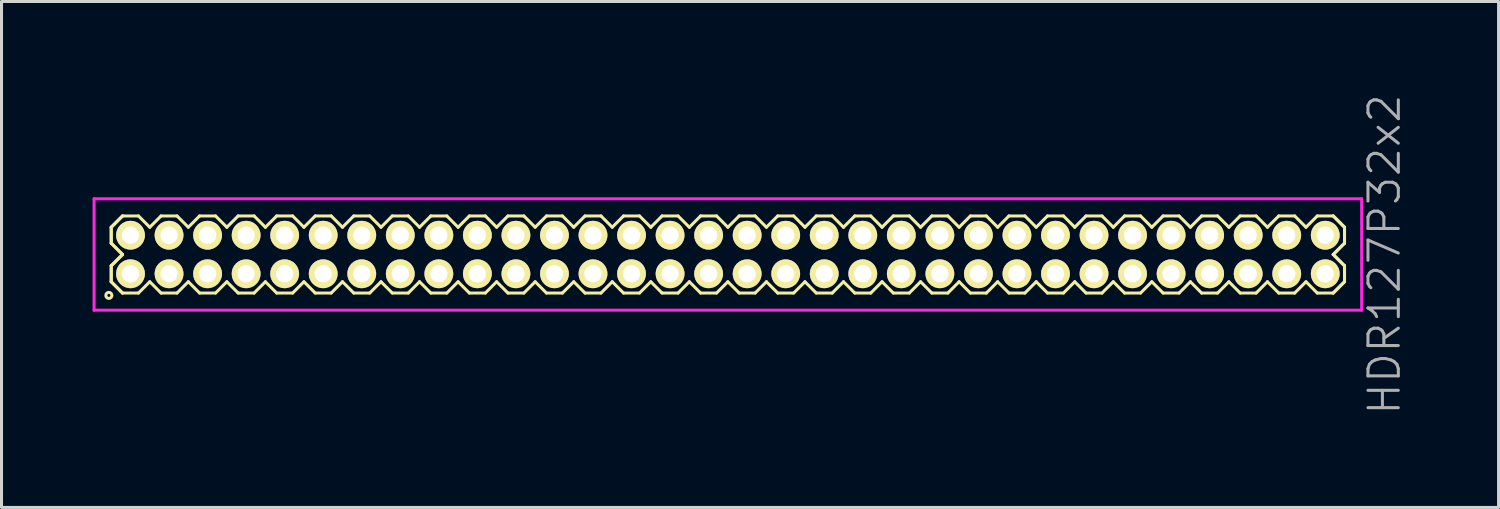
<source format=kicad_pcb>
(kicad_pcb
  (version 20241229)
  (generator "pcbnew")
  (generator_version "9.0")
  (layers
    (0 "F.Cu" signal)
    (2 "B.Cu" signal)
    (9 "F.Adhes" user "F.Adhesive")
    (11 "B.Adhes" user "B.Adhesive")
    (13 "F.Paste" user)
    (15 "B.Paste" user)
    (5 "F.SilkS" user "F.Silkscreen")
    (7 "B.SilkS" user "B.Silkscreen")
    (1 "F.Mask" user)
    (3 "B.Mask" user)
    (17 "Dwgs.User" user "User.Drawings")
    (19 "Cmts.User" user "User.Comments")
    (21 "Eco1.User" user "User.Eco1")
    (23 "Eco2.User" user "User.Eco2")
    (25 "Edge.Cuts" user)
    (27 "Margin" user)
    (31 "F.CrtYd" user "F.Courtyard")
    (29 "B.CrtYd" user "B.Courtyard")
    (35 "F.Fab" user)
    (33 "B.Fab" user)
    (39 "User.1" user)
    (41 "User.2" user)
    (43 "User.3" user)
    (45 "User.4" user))
  (footprint "HDR127P32x2"
    (layer "F.Cu")
    (at 20.935 5.336)
    (property "Reference" "HDR127P32x2" (at 21.635 0 90) (layer "F.Fab") (effects (font (size 1 1) (thickness 0.1))))
    (attr through_hole)
    (fp_line (start -20.32 -0.898) (end -19.948 -1.27) (stroke (width 0.1) (type solid)) (layer "F.SilkS"))
    (fp_line (start -20.32 -0.898) (end -19.948 -1.27) (stroke (width 0.1) (type solid)) (layer "F.SilkS"))
    (fp_line (start -20.32 -0.372) (end -20.32 -0.898) (stroke (width 0.1) (type solid)) (layer "F.SilkS"))
    (fp_line (start -20.32 -0.372) (end -20.32 -0.898) (stroke (width 0.1) (type solid)) (layer "F.SilkS"))
    (fp_line (start -20.32 0.372) (end -19.948 0) (stroke (width 0.1) (type solid)) (layer "F.SilkS"))
    (fp_line (start -20.32 0.372) (end -19.948 0) (stroke (width 0.1) (type solid)) (layer "F.SilkS"))
    (fp_line (start -20.32 0.898) (end -20.32 0.372) (stroke (width 0.1) (type solid)) (layer "F.SilkS"))
    (fp_line (start -20.32 0.898) (end -20.32 0.372) (stroke (width 0.1) (type solid)) (layer "F.SilkS"))
    (fp_line (start -19.948 -1.27) (end -19.422 -1.27) (stroke (width 0.1) (type solid)) (layer "F.SilkS"))
    (fp_line (start -19.948 0) (end -20.32 -0.372) (stroke (width 0.1) (type solid)) (layer "F.SilkS"))
    (fp_line (start -19.948 0) (end -20.32 -0.372) (stroke (width 0.1) (type solid)) (layer "F.SilkS"))
    (fp_line (start -19.948 1.27) (end -20.32 0.898) (stroke (width 0.1) (type solid)) (layer "F.SilkS"))
    (fp_line (start -19.948 1.27) (end -20.32 0.898) (stroke (width 0.1) (type solid)) (layer "F.SilkS"))
    (fp_line (start -19.422 -1.27) (end -19.05 -0.898) (stroke (width 0.1) (type solid)) (layer "F.SilkS"))
    (fp_line (start -19.422 1.27) (end -19.948 1.27) (stroke (width 0.1) (type solid)) (layer "F.SilkS"))
    (fp_line (start -19.05 -0.898) (end -18.678 -1.27) (stroke (width 0.1) (type solid)) (layer "F.SilkS"))
    (fp_line (start -19.05 0.898) (end -19.422 1.27) (stroke (width 0.1) (type solid)) (layer "F.SilkS"))
    (fp_line (start -18.678 -1.27) (end -18.152 -1.27) (stroke (width 0.1) (type solid)) (layer "F.SilkS"))
    (fp_line (start -18.678 1.27) (end -19.05 0.898) (stroke (width 0.1) (type solid)) (layer "F.SilkS"))
    (fp_line (start -18.152 -1.27) (end -17.78 -0.898) (stroke (width 0.1) (type solid)) (layer "F.SilkS"))
    (fp_line (start -18.152 1.27) (end -18.678 1.27) (stroke (width 0.1) (type solid)) (layer "F.SilkS"))
    (fp_line (start -17.78 -0.898) (end -17.408 -1.27) (stroke (width 0.1) (type solid)) (layer "F.SilkS"))
    (fp_line (start -17.78 0.898) (end -18.152 1.27) (stroke (width 0.1) (type solid)) (layer "F.SilkS"))
    (fp_line (start -17.408 -1.27) (end -16.882 -1.27) (stroke (width 0.1) (type solid)) (layer "F.SilkS"))
    (fp_line (start -17.408 1.27) (end -17.78 0.898) (stroke (width 0.1) (type solid)) (layer "F.SilkS"))
    (fp_line (start -16.882 -1.27) (end -16.51 -0.898) (stroke (width 0.1) (type solid)) (layer "F.SilkS"))
    (fp_line (start -16.882 1.27) (end -17.408 1.27) (stroke (width 0.1) (type solid)) (layer "F.SilkS"))
    (fp_line (start -16.51 -0.898) (end -16.138 -1.27) (stroke (width 0.1) (type solid)) (layer "F.SilkS"))
    (fp_line (start -16.51 0.898) (end -16.882 1.27) (stroke (width 0.1) (type solid)) (layer "F.SilkS"))
    (fp_line (start -16.138 -1.27) (end -15.612 -1.27) (stroke (width 0.1) (type solid)) (layer "F.SilkS"))
    (fp_line (start -16.138 1.27) (end -16.51 0.898) (stroke (width 0.1) (type solid)) (layer "F.SilkS"))
    (fp_line (start -15.612 -1.27) (end -15.24 -0.898) (stroke (width 0.1) (type solid)) (layer "F.SilkS"))
    (fp_line (start -15.612 1.27) (end -16.138 1.27) (stroke (width 0.1) (type solid)) (layer "F.SilkS"))
    (fp_line (start -15.24 -0.898) (end -14.868 -1.27) (stroke (width 0.1) (type solid)) (layer "F.SilkS"))
    (fp_line (start -15.24 0.898) (end -15.612 1.27) (stroke (width 0.1) (type solid)) (layer "F.SilkS"))
    (fp_line (start -14.868 -1.27) (end -14.342 -1.27) (stroke (width 0.1) (type solid)) (layer "F.SilkS"))
    (fp_line (start -14.868 1.27) (end -15.24 0.898) (stroke (width 0.1) (type solid)) (layer "F.SilkS"))
    (fp_line (start -14.342 -1.27) (end -13.97 -0.898) (stroke (width 0.1) (type solid)) (layer "F.SilkS"))
    (fp_line (start -14.342 1.27) (end -14.868 1.27) (stroke (width 0.1) (type solid)) (layer "F.SilkS"))
    (fp_line (start -13.97 -0.898) (end -13.598 -1.27) (stroke (width 0.1) (type solid)) (layer "F.SilkS"))
    (fp_line (start -13.97 0.898) (end -14.342 1.27) (stroke (width 0.1) (type solid)) (layer "F.SilkS"))
    (fp_line (start -13.598 -1.27) (end -13.072 -1.27) (stroke (width 0.1) (type solid)) (layer "F.SilkS"))
    (fp_line (start -13.598 1.27) (end -13.97 0.898) (stroke (width 0.1) (type solid)) (layer "F.SilkS"))
    (fp_line (start -13.072 -1.27) (end -12.7 -0.898) (stroke (width 0.1) (type solid)) (layer "F.SilkS"))
    (fp_line (start -13.072 1.27) (end -13.598 1.27) (stroke (width 0.1) (type solid)) (layer "F.SilkS"))
    (fp_line (start -12.7 -0.898) (end -12.328 -1.27) (stroke (width 0.1) (type solid)) (layer "F.SilkS"))
    (fp_line (start -12.7 0.898) (end -13.072 1.27) (stroke (width 0.1) (type solid)) (layer "F.SilkS"))
    (fp_line (start -12.328 -1.27) (end -11.802 -1.27) (stroke (width 0.1) (type solid)) (layer "F.SilkS"))
    (fp_line (start -12.328 1.27) (end -12.7 0.898) (stroke (width 0.1) (type solid)) (layer "F.SilkS"))
    (fp_line (start -11.802 -1.27) (end -11.43 -0.898) (stroke (width 0.1) (type solid)) (layer "F.SilkS"))
    (fp_line (start -11.802 1.27) (end -12.328 1.27) (stroke (width 0.1) (type solid)) (layer "F.SilkS"))
    (fp_line (start -11.43 -0.898) (end -11.058 -1.27) (stroke (width 0.1) (type solid)) (layer "F.SilkS"))
    (fp_line (start -11.43 0.898) (end -11.802 1.27) (stroke (width 0.1) (type solid)) (layer "F.SilkS"))
    (fp_line (start -11.058 -1.27) (end -10.532 -1.27) (stroke (width 0.1) (type solid)) (layer "F.SilkS"))
    (fp_line (start -11.058 1.27) (end -11.43 0.898) (stroke (width 0.1) (type solid)) (layer "F.SilkS"))
    (fp_line (start -10.532 -1.27) (end -10.16 -0.898) (stroke (width 0.1) (type solid)) (layer "F.SilkS"))
    (fp_line (start -10.532 1.27) (end -11.058 1.27) (stroke (width 0.1) (type solid)) (layer "F.SilkS"))
    (fp_line (start -10.16 -0.898) (end -9.788 -1.27) (stroke (width 0.1) (type solid)) (layer "F.SilkS"))
    (fp_line (start -10.16 0.898) (end -10.532 1.27) (stroke (width 0.1) (type solid)) (layer "F.SilkS"))
    (fp_line (start -9.788 -1.27) (end -9.262 -1.27) (stroke (width 0.1) (type solid)) (layer "F.SilkS"))
    (fp_line (start -9.788 1.27) (end -10.16 0.898) (stroke (width 0.1) (type solid)) (layer "F.SilkS"))
    (fp_line (start -9.262 -1.27) (end -8.89 -0.898) (stroke (width 0.1) (type solid)) (layer "F.SilkS"))
    (fp_line (start -9.262 1.27) (end -9.788 1.27) (stroke (width 0.1) (type solid)) (layer "F.SilkS"))
    (fp_line (start -8.89 -0.898) (end -8.518 -1.27) (stroke (width 0.1) (type solid)) (layer "F.SilkS"))
    (fp_line (start -8.89 0.898) (end -9.262 1.27) (stroke (width 0.1) (type solid)) (layer "F.SilkS"))
    (fp_line (start -8.518 -1.27) (end -7.992 -1.27) (stroke (width 0.1) (type solid)) (layer "F.SilkS"))
    (fp_line (start -8.518 1.27) (end -8.89 0.898) (stroke (width 0.1) (type solid)) (layer "F.SilkS"))
    (fp_line (start -7.992 -1.27) (end -7.62 -0.898) (stroke (width 0.1) (type solid)) (layer "F.SilkS"))
    (fp_line (start -7.992 1.27) (end -8.518 1.27) (stroke (width 0.1) (type solid)) (layer "F.SilkS"))
    (fp_line (start -7.62 -0.898) (end -7.248 -1.27) (stroke (width 0.1) (type solid)) (layer "F.SilkS"))
    (fp_line (start -7.62 0.898) (end -7.992 1.27) (stroke (width 0.1) (type solid)) (layer "F.SilkS"))
    (fp_line (start -7.248 -1.27) (end -6.722 -1.27) (stroke (width 0.1) (type solid)) (layer "F.SilkS"))
    (fp_line (start -7.248 1.27) (end -7.62 0.898) (stroke (width 0.1) (type solid)) (layer "F.SilkS"))
    (fp_line (start -6.722 -1.27) (end -6.35 -0.898) (stroke (width 0.1) (type solid)) (layer "F.SilkS"))
    (fp_line (start -6.722 1.27) (end -7.248 1.27) (stroke (width 0.1) (type solid)) (layer "F.SilkS"))
    (fp_line (start -6.35 -0.898) (end -5.978 -1.27) (stroke (width 0.1) (type solid)) (layer "F.SilkS"))
    (fp_line (start -6.35 0.898) (end -6.722 1.27) (stroke (width 0.1) (type solid)) (layer "F.SilkS"))
    (fp_line (start -5.978 -1.27) (end -5.452 -1.27) (stroke (width 0.1) (type solid)) (layer "F.SilkS"))
    (fp_line (start -5.978 1.27) (end -6.35 0.898) (stroke (width 0.1) (type solid)) (layer "F.SilkS"))
    (fp_line (start -5.452 -1.27) (end -5.08 -0.898) (stroke (width 0.1) (type solid)) (layer "F.SilkS"))
    (fp_line (start -5.452 1.27) (end -5.978 1.27) (stroke (width 0.1) (type solid)) (layer "F.SilkS"))
    (fp_line (start -5.08 -0.898) (end -4.708 -1.27) (stroke (width 0.1) (type solid)) (layer "F.SilkS"))
    (fp_line (start -5.08 0.898) (end -5.452 1.27) (stroke (width 0.1) (type solid)) (layer "F.SilkS"))
    (fp_line (start -4.708 -1.27) (end -4.182 -1.27) (stroke (width 0.1) (type solid)) (layer "F.SilkS"))
    (fp_line (start -4.708 1.27) (end -5.08 0.898) (stroke (width 0.1) (type solid)) (layer "F.SilkS"))
    (fp_line (start -4.182 -1.27) (end -3.81 -0.898) (stroke (width 0.1) (type solid)) (layer "F.SilkS"))
    (fp_line (start -4.182 1.27) (end -4.708 1.27) (stroke (width 0.1) (type solid)) (layer "F.SilkS"))
    (fp_line (start -3.81 -0.898) (end -3.438 -1.27) (stroke (width 0.1) (type solid)) (layer "F.SilkS"))
    (fp_line (start -3.81 0.898) (end -4.182 1.27) (stroke (width 0.1) (type solid)) (layer "F.SilkS"))
    (fp_line (start -3.438 -1.27) (end -2.912 -1.27) (stroke (width 0.1) (type solid)) (layer "F.SilkS"))
    (fp_line (start -3.438 1.27) (end -3.81 0.898) (stroke (width 0.1) (type solid)) (layer "F.SilkS"))
    (fp_line (start -2.912 -1.27) (end -2.54 -0.898) (stroke (width 0.1) (type solid)) (layer "F.SilkS"))
    (fp_line (start -2.912 1.27) (end -3.438 1.27) (stroke (width 0.1) (type solid)) (layer "F.SilkS"))
    (fp_line (start -2.54 -0.898) (end -2.168 -1.27) (stroke (width 0.1) (type solid)) (layer "F.SilkS"))
    (fp_line (start -2.54 0.898) (end -2.912 1.27) (stroke (width 0.1) (type solid)) (layer "F.SilkS"))
    (fp_line (start -2.168 -1.27) (end -1.642 -1.27) (stroke (width 0.1) (type solid)) (layer "F.SilkS"))
    (fp_line (start -2.168 1.27) (end -2.54 0.898) (stroke (width 0.1) (type solid)) (layer "F.SilkS"))
    (fp_line (start -1.642 -1.27) (end -1.27 -0.898) (stroke (width 0.1) (type solid)) (layer "F.SilkS"))
    (fp_line (start -1.642 1.27) (end -2.168 1.27) (stroke (width 0.1) (type solid)) (layer "F.SilkS"))
    (fp_line (start -1.27 -0.898) (end -0.898 -1.27) (stroke (width 0.1) (type solid)) (layer "F.SilkS"))
    (fp_line (start -1.27 0.898) (end -1.642 1.27) (stroke (width 0.1) (type solid)) (layer "F.SilkS"))
    (fp_line (start -0.898 -1.27) (end -0.372 -1.27) (stroke (width 0.1) (type solid)) (layer "F.SilkS"))
    (fp_line (start -0.898 1.27) (end -1.27 0.898) (stroke (width 0.1) (type solid)) (layer "F.SilkS"))
    (fp_line (start -0.372 -1.27) (end 0 -0.898) (stroke (width 0.1) (type solid)) (layer "F.SilkS"))
    (fp_line (start -0.372 1.27) (end -0.898 1.27) (stroke (width 0.1) (type solid)) (layer "F.SilkS"))
    (fp_line (start 0 -0.898) (end 0.372 -1.27) (stroke (width 0.1) (type solid)) (layer "F.SilkS"))
    (fp_line (start 0 0.898) (end -0.372 1.27) (stroke (width 0.1) (type solid)) (layer "F.SilkS"))
    (fp_line (start 0.372 -1.27) (end 0.898 -1.27) (stroke (width 0.1) (type solid)) (layer "F.SilkS"))
    (fp_line (start 0.372 1.27) (end 0 0.898) (stroke (width 0.1) (type solid)) (layer "F.SilkS"))
    (fp_line (start 0.898 -1.27) (end 1.27 -0.898) (stroke (width 0.1) (type solid)) (layer "F.SilkS"))
    (fp_line (start 0.898 1.27) (end 0.372 1.27) (stroke (width 0.1) (type solid)) (layer "F.SilkS"))
    (fp_line (start 1.27 -0.898) (end 1.642 -1.27) (stroke (width 0.1) (type solid)) (layer "F.SilkS"))
    (fp_line (start 1.27 0.898) (end 0.898 1.27) (stroke (width 0.1) (type solid)) (layer "F.SilkS"))
    (fp_line (start 1.642 -1.27) (end 2.168 -1.27) (stroke (width 0.1) (type solid)) (layer "F.SilkS"))
    (fp_line (start 1.642 1.27) (end 1.27 0.898) (stroke (width 0.1) (type solid)) (layer "F.SilkS"))
    (fp_line (start 2.168 -1.27) (end 2.54 -0.898) (stroke (width 0.1) (type solid)) (layer "F.SilkS"))
    (fp_line (start 2.168 1.27) (end 1.642 1.27) (stroke (width 0.1) (type solid)) (layer "F.SilkS"))
    (fp_line (start 2.54 -0.898) (end 2.912 -1.27) (stroke (width 0.1) (type solid)) (layer "F.SilkS"))
    (fp_line (start 2.54 0.898) (end 2.168 1.27) (stroke (width 0.1) (type solid)) (layer "F.SilkS"))
    (fp_line (start 2.912 -1.27) (end 3.438 -1.27) (stroke (width 0.1) (type solid)) (layer "F.SilkS"))
    (fp_line (start 2.912 1.27) (end 2.54 0.898) (stroke (width 0.1) (type solid)) (layer "F.SilkS"))
    (fp_line (start 3.438 -1.27) (end 3.81 -0.898) (stroke (width 0.1) (type solid)) (layer "F.SilkS"))
    (fp_line (start 3.438 1.27) (end 2.912 1.27) (stroke (width 0.1) (type solid)) (layer "F.SilkS"))
    (fp_line (start 3.81 -0.898) (end 4.182 -1.27) (stroke (width 0.1) (type solid)) (layer "F.SilkS"))
    (fp_line (start 3.81 0.898) (end 3.438 1.27) (stroke (width 0.1) (type solid)) (layer "F.SilkS"))
    (fp_line (start 4.182 -1.27) (end 4.708 -1.27) (stroke (width 0.1) (type solid)) (layer "F.SilkS"))
    (fp_line (start 4.182 1.27) (end 3.81 0.898) (stroke (width 0.1) (type solid)) (layer "F.SilkS"))
    (fp_line (start 4.708 -1.27) (end 5.08 -0.898) (stroke (width 0.1) (type solid)) (layer "F.SilkS"))
    (fp_line (start 4.708 1.27) (end 4.182 1.27) (stroke (width 0.1) (type solid)) (layer "F.SilkS"))
    (fp_line (start 5.08 -0.898) (end 5.452 -1.27) (stroke (width 0.1) (type solid)) (layer "F.SilkS"))
    (fp_line (start 5.08 0.898) (end 4.708 1.27) (stroke (width 0.1) (type solid)) (layer "F.SilkS"))
    (fp_line (start 5.452 -1.27) (end 5.978 -1.27) (stroke (width 0.1) (type solid)) (layer "F.SilkS"))
    (fp_line (start 5.452 1.27) (end 5.08 0.898) (stroke (width 0.1) (type solid)) (layer "F.SilkS"))
    (fp_line (start 5.978 -1.27) (end 6.35 -0.898) (stroke (width 0.1) (type solid)) (layer "F.SilkS"))
    (fp_line (start 5.978 1.27) (end 5.452 1.27) (stroke (width 0.1) (type solid)) (layer "F.SilkS"))
    (fp_line (start 6.35 -0.898) (end 6.722 -1.27) (stroke (width 0.1) (type solid)) (layer "F.SilkS"))
    (fp_line (start 6.35 0.898) (end 5.978 1.27) (stroke (width 0.1) (type solid)) (layer "F.SilkS"))
    (fp_line (start 6.722 -1.27) (end 7.248 -1.27) (stroke (width 0.1) (type solid)) (layer "F.SilkS"))
    (fp_line (start 6.722 1.27) (end 6.35 0.898) (stroke (width 0.1) (type solid)) (layer "F.SilkS"))
    (fp_line (start 7.248 -1.27) (end 7.62 -0.898) (stroke (width 0.1) (type solid)) (layer "F.SilkS"))
    (fp_line (start 7.248 1.27) (end 6.722 1.27) (stroke (width 0.1) (type solid)) (layer "F.SilkS"))
    (fp_line (start 7.62 -0.898) (end 7.992 -1.27) (stroke (width 0.1) (type solid)) (layer "F.SilkS"))
    (fp_line (start 7.62 0.898) (end 7.248 1.27) (stroke (width 0.1) (type solid)) (layer "F.SilkS"))
    (fp_line (start 7.992 -1.27) (end 8.518 -1.27) (stroke (width 0.1) (type solid)) (layer "F.SilkS"))
    (fp_line (start 7.992 1.27) (end 7.62 0.898) (stroke (width 0.1) (type solid)) (layer "F.SilkS"))
    (fp_line (start 8.518 -1.27) (end 8.89 -0.898) (stroke (width 0.1) (type solid)) (layer "F.SilkS"))
    (fp_line (start 8.518 1.27) (end 7.992 1.27) (stroke (width 0.1) (type solid)) (layer "F.SilkS"))
    (fp_line (start 8.89 -0.898) (end 9.262 -1.27) (stroke (width 0.1) (type solid)) (layer "F.SilkS"))
    (fp_line (start 8.89 0.898) (end 8.518 1.27) (stroke (width 0.1) (type solid)) (layer "F.SilkS"))
    (fp_line (start 9.262 -1.27) (end 9.788 -1.27) (stroke (width 0.1) (type solid)) (layer "F.SilkS"))
    (fp_line (start 9.262 1.27) (end 8.89 0.898) (stroke (width 0.1) (type solid)) (layer "F.SilkS"))
    (fp_line (start 9.788 -1.27) (end 10.16 -0.898) (stroke (width 0.1) (type solid)) (layer "F.SilkS"))
    (fp_line (start 9.788 1.27) (end 9.262 1.27) (stroke (width 0.1) (type solid)) (layer "F.SilkS"))
    (fp_line (start 10.16 -0.898) (end 10.532 -1.27) (stroke (width 0.1) (type solid)) (layer "F.SilkS"))
    (fp_line (start 10.16 0.898) (end 9.788 1.27) (stroke (width 0.1) (type solid)) (layer "F.SilkS"))
    (fp_line (start 10.532 -1.27) (end 11.058 -1.27) (stroke (width 0.1) (type solid)) (layer "F.SilkS"))
    (fp_line (start 10.532 1.27) (end 10.16 0.898) (stroke (width 0.1) (type solid)) (layer "F.SilkS"))
    (fp_line (start 11.058 -1.27) (end 11.43 -0.898) (stroke (width 0.1) (type solid)) (layer "F.SilkS"))
    (fp_line (start 11.058 1.27) (end 10.532 1.27) (stroke (width 0.1) (type solid)) (layer "F.SilkS"))
    (fp_line (start 11.43 -0.898) (end 11.802 -1.27) (stroke (width 0.1) (type solid)) (layer "F.SilkS"))
    (fp_line (start 11.43 0.898) (end 11.058 1.27) (stroke (width 0.1) (type solid)) (layer "F.SilkS"))
    (fp_line (start 11.802 -1.27) (end 12.328 -1.27) (stroke (width 0.1) (type solid)) (layer "F.SilkS"))
    (fp_line (start 11.802 1.27) (end 11.43 0.898) (stroke (width 0.1) (type solid)) (layer "F.SilkS"))
    (fp_line (start 12.328 -1.27) (end 12.7 -0.898) (stroke (width 0.1) (type solid)) (layer "F.SilkS"))
    (fp_line (start 12.328 1.27) (end 11.802 1.27) (stroke (width 0.1) (type solid)) (layer "F.SilkS"))
    (fp_line (start 12.7 -0.898) (end 13.072 -1.27) (stroke (width 0.1) (type solid)) (layer "F.SilkS"))
    (fp_line (start 12.7 0.898) (end 12.328 1.27) (stroke (width 0.1) (type solid)) (layer "F.SilkS"))
    (fp_line (start 13.072 -1.27) (end 13.598 -1.27) (stroke (width 0.1) (type solid)) (layer "F.SilkS"))
    (fp_line (start 13.072 1.27) (end 12.7 0.898) (stroke (width 0.1) (type solid)) (layer "F.SilkS"))
    (fp_line (start 13.598 -1.27) (end 13.97 -0.898) (stroke (width 0.1) (type solid)) (layer "F.SilkS"))
    (fp_line (start 13.598 1.27) (end 13.072 1.27) (stroke (width 0.1) (type solid)) (layer "F.SilkS"))
    (fp_line (start 13.97 -0.898) (end 14.342 -1.27) (stroke (width 0.1) (type solid)) (layer "F.SilkS"))
    (fp_line (start 13.97 0.898) (end 13.598 1.27) (stroke (width 0.1) (type solid)) (layer "F.SilkS"))
    (fp_line (start 14.342 -1.27) (end 14.868 -1.27) (stroke (width 0.1) (type solid)) (layer "F.SilkS"))
    (fp_line (start 14.342 1.27) (end 13.97 0.898) (stroke (width 0.1) (type solid)) (layer "F.SilkS"))
    (fp_line (start 14.868 -1.27) (end 15.24 -0.898) (stroke (width 0.1) (type solid)) (layer "F.SilkS"))
    (fp_line (start 14.868 1.27) (end 14.342 1.27) (stroke (width 0.1) (type solid)) (layer "F.SilkS"))
    (fp_line (start 15.24 -0.898) (end 15.612 -1.27) (stroke (width 0.1) (type solid)) (layer "F.SilkS"))
    (fp_line (start 15.24 0.898) (end 14.868 1.27) (stroke (width 0.1) (type solid)) (layer "F.SilkS"))
    (fp_line (start 15.612 -1.27) (end 16.138 -1.27) (stroke (width 0.1) (type solid)) (layer "F.SilkS"))
    (fp_line (start 15.612 1.27) (end 15.24 0.898) (stroke (width 0.1) (type solid)) (layer "F.SilkS"))
    (fp_line (start 16.138 -1.27) (end 16.51 -0.898) (stroke (width 0.1) (type solid)) (layer "F.SilkS"))
    (fp_line (start 16.138 1.27) (end 15.612 1.27) (stroke (width 0.1) (type solid)) (layer "F.SilkS"))
    (fp_line (start 16.51 -0.898) (end 16.882 -1.27) (stroke (width 0.1) (type solid)) (layer "F.SilkS"))
    (fp_line (start 16.51 0.898) (end 16.138 1.27) (stroke (width 0.1) (type solid)) (layer "F.SilkS"))
    (fp_line (start 16.882 -1.27) (end 17.408 -1.27) (stroke (width 0.1) (type solid)) (layer "F.SilkS"))
    (fp_line (start 16.882 1.27) (end 16.51 0.898) (stroke (width 0.1) (type solid)) (layer "F.SilkS"))
    (fp_line (start 17.408 -1.27) (end 17.78 -0.898) (stroke (width 0.1) (type solid)) (layer "F.SilkS"))
    (fp_line (start 17.408 1.27) (end 16.882 1.27) (stroke (width 0.1) (type solid)) (layer "F.SilkS"))
    (fp_line (start 17.78 -0.898) (end 18.152 -1.27) (stroke (width 0.1) (type solid)) (layer "F.SilkS"))
    (fp_line (start 17.78 0.898) (end 17.408 1.27) (stroke (width 0.1) (type solid)) (layer "F.SilkS"))
    (fp_line (start 18.152 -1.27) (end 18.678 -1.27) (stroke (width 0.1) (type solid)) (layer "F.SilkS"))
    (fp_line (start 18.152 1.27) (end 17.78 0.898) (stroke (width 0.1) (type solid)) (layer "F.SilkS"))
    (fp_line (start 18.678 -1.27) (end 19.05 -0.898) (stroke (width 0.1) (type solid)) (layer "F.SilkS"))
    (fp_line (start 18.678 1.27) (end 18.152 1.27) (stroke (width 0.1) (type solid)) (layer "F.SilkS"))
    (fp_line (start 19.05 -0.898) (end 19.422 -1.27) (stroke (width 0.1) (type solid)) (layer "F.SilkS"))
    (fp_line (start 19.05 0.898) (end 18.678 1.27) (stroke (width 0.1) (type solid)) (layer "F.SilkS"))
    (fp_line (start 19.422 -1.27) (end 19.948 -1.27) (stroke (width 0.1) (type solid)) (layer "F.SilkS"))
    (fp_line (start 19.422 1.27) (end 19.05 0.898) (stroke (width 0.1) (type solid)) (layer "F.SilkS"))
    (fp_line (start 19.948 -1.27) (end 20.32 -0.898) (stroke (width 0.1) (type solid)) (layer "F.SilkS"))
    (fp_line (start 19.948 -1.27) (end 20.32 -0.898) (stroke (width 0.1) (type solid)) (layer "F.SilkS"))
    (fp_line (start 19.948 0) (end 20.32 0.372) (stroke (width 0.1) (type solid)) (layer "F.SilkS"))
    (fp_line (start 19.948 0) (end 20.32 0.372) (stroke (width 0.1) (type solid)) (layer "F.SilkS"))
    (fp_line (start 19.948 1.27) (end 19.422 1.27) (stroke (width 0.1) (type solid)) (layer "F.SilkS"))
    (fp_line (start 20.32 -0.898) (end 20.32 -0.372) (stroke (width 0.1) (type solid)) (layer "F.SilkS"))
    (fp_line (start 20.32 -0.898) (end 20.32 -0.372) (stroke (width 0.1) (type solid)) (layer "F.SilkS"))
    (fp_line (start 20.32 -0.372) (end 19.948 0) (stroke (width 0.1) (type solid)) (layer "F.SilkS"))
    (fp_line (start 20.32 -0.372) (end 19.948 0) (stroke (width 0.1) (type solid)) (layer "F.SilkS"))
    (fp_line (start 20.32 0.372) (end 20.32 0.898) (stroke (width 0.1) (type solid)) (layer "F.SilkS"))
    (fp_line (start 20.32 0.372) (end 20.32 0.898) (stroke (width 0.1) (type solid)) (layer "F.SilkS"))
    (fp_line (start 20.32 0.898) (end 19.948 1.27) (stroke (width 0.1) (type solid)) (layer "F.SilkS"))
    (fp_line (start 20.32 0.898) (end 19.948 1.27) (stroke (width 0.1) (type solid)) (layer "F.SilkS"))
    (fp_circle (center -20.398 1.348) (end -20.298 1.348) (stroke (width 0.1) (type solid)) (fill no) (layer "F.SilkS"))
    (fp_line (start -20.885 -1.835) (end -20.885 1.835) (stroke (width 0.1) (type solid)) (layer "F.CrtYd"))
    (fp_line (start -20.885 1.835) (end 20.885 1.835) (stroke (width 0.1) (type solid)) (layer "F.CrtYd"))
    (fp_line (start 20.885 -1.835) (end -20.885 -1.835) (stroke (width 0.1) (type solid)) (layer "F.CrtYd"))
    (fp_line (start 20.885 1.835) (end 20.885 -1.835) (stroke (width 0.1) (type solid)) (layer "F.CrtYd"))
    (pad "1" thru_hole oval (at -19.685 0.635) (size 0.95 0.95) (drill 0.57) (layers "*.Cu" "*.Mask" "F.SilkS"))
    (pad "2" thru_hole oval (at -19.685 -0.635) (size 0.95 0.95) (drill 0.57) (layers "*.Cu" "*.Mask" "F.SilkS"))
    (pad "3" thru_hole oval (at -18.415 0.635) (size 0.95 0.95) (drill 0.57) (layers "*.Cu" "*.Mask" "F.SilkS"))
    (pad "4" thru_hole oval (at -18.415 -0.635) (size 0.95 0.95) (drill 0.57) (layers "*.Cu" "*.Mask" "F.SilkS"))
    (pad "5" thru_hole oval (at -17.145 0.635) (size 0.95 0.95) (drill 0.57) (layers "*.Cu" "*.Mask" "F.SilkS"))
    (pad "6" thru_hole oval (at -17.145 -0.635) (size 0.95 0.95) (drill 0.57) (layers "*.Cu" "*.Mask" "F.SilkS"))
    (pad "7" thru_hole oval (at -15.875 0.635) (size 0.95 0.95) (drill 0.57) (layers "*.Cu" "*.Mask" "F.SilkS"))
    (pad "8" thru_hole oval (at -15.875 -0.635) (size 0.95 0.95) (drill 0.57) (layers "*.Cu" "*.Mask" "F.SilkS"))
    (pad "9" thru_hole oval (at -14.605 0.635) (size 0.95 0.95) (drill 0.57) (layers "*.Cu" "*.Mask" "F.SilkS"))
    (pad "10" thru_hole oval (at -14.605 -0.635) (size 0.95 0.95) (drill 0.57) (layers "*.Cu" "*.Mask" "F.SilkS"))
    (pad "11" thru_hole oval (at -13.335 0.635) (size 0.95 0.95) (drill 0.57) (layers "*.Cu" "*.Mask" "F.SilkS"))
    (pad "12" thru_hole oval (at -13.335 -0.635) (size 0.95 0.95) (drill 0.57) (layers "*.Cu" "*.Mask" "F.SilkS"))
    (pad "13" thru_hole oval (at -12.065 0.635) (size 0.95 0.95) (drill 0.57) (layers "*.Cu" "*.Mask" "F.SilkS"))
    (pad "14" thru_hole oval (at -12.065 -0.635) (size 0.95 0.95) (drill 0.57) (layers "*.Cu" "*.Mask" "F.SilkS"))
    (pad "15" thru_hole oval (at -10.795 0.635) (size 0.95 0.95) (drill 0.57) (layers "*.Cu" "*.Mask" "F.SilkS"))
    (pad "16" thru_hole oval (at -10.795 -0.635) (size 0.95 0.95) (drill 0.57) (layers "*.Cu" "*.Mask" "F.SilkS"))
    (pad "17" thru_hole oval (at -9.525 0.635) (size 0.95 0.95) (drill 0.57) (layers "*.Cu" "*.Mask" "F.SilkS"))
    (pad "18" thru_hole oval (at -9.525 -0.635) (size 0.95 0.95) (drill 0.57) (layers "*.Cu" "*.Mask" "F.SilkS"))
    (pad "19" thru_hole oval (at -8.255 0.635) (size 0.95 0.95) (drill 0.57) (layers "*.Cu" "*.Mask" "F.SilkS"))
    (pad "20" thru_hole oval (at -8.255 -0.635) (size 0.95 0.95) (drill 0.57) (layers "*.Cu" "*.Mask" "F.SilkS"))
    (pad "21" thru_hole oval (at -6.985 0.635) (size 0.95 0.95) (drill 0.57) (layers "*.Cu" "*.Mask" "F.SilkS"))
    (pad "22" thru_hole oval (at -6.985 -0.635) (size 0.95 0.95) (drill 0.57) (layers "*.Cu" "*.Mask" "F.SilkS"))
    (pad "23" thru_hole oval (at -5.715 0.635) (size 0.95 0.95) (drill 0.57) (layers "*.Cu" "*.Mask" "F.SilkS"))
    (pad "24" thru_hole oval (at -5.715 -0.635) (size 0.95 0.95) (drill 0.57) (layers "*.Cu" "*.Mask" "F.SilkS"))
    (pad "25" thru_hole oval (at -4.445 0.635) (size 0.95 0.95) (drill 0.57) (layers "*.Cu" "*.Mask" "F.SilkS"))
    (pad "26" thru_hole oval (at -4.445 -0.635) (size 0.95 0.95) (drill 0.57) (layers "*.Cu" "*.Mask" "F.SilkS"))
    (pad "27" thru_hole oval (at -3.175 0.635) (size 0.95 0.95) (drill 0.57) (layers "*.Cu" "*.Mask" "F.SilkS"))
    (pad "28" thru_hole oval (at -3.175 -0.635) (size 0.95 0.95) (drill 0.57) (layers "*.Cu" "*.Mask" "F.SilkS"))
    (pad "29" thru_hole oval (at -1.905 0.635) (size 0.95 0.95) (drill 0.57) (layers "*.Cu" "*.Mask" "F.SilkS"))
    (pad "30" thru_hole oval (at -1.905 -0.635) (size 0.95 0.95) (drill 0.57) (layers "*.Cu" "*.Mask" "F.SilkS"))
    (pad "31" thru_hole oval (at -0.635 0.635) (size 0.95 0.95) (drill 0.57) (layers "*.Cu" "*.Mask" "F.SilkS"))
    (pad "32" thru_hole oval (at -0.635 -0.635) (size 0.95 0.95) (drill 0.57) (layers "*.Cu" "*.Mask" "F.SilkS"))
    (pad "33" thru_hole oval (at 0.635 0.635) (size 0.95 0.95) (drill 0.57) (layers "*.Cu" "*.Mask" "F.SilkS"))
    (pad "34" thru_hole oval (at 0.635 -0.635) (size 0.95 0.95) (drill 0.57) (layers "*.Cu" "*.Mask" "F.SilkS"))
    (pad "35" thru_hole oval (at 1.905 0.635) (size 0.95 0.95) (drill 0.57) (layers "*.Cu" "*.Mask" "F.SilkS"))
    (pad "36" thru_hole oval (at 1.905 -0.635) (size 0.95 0.95) (drill 0.57) (layers "*.Cu" "*.Mask" "F.SilkS"))
    (pad "37" thru_hole oval (at 3.175 0.635) (size 0.95 0.95) (drill 0.57) (layers "*.Cu" "*.Mask" "F.SilkS"))
    (pad "38" thru_hole oval (at 3.175 -0.635) (size 0.95 0.95) (drill 0.57) (layers "*.Cu" "*.Mask" "F.SilkS"))
    (pad "39" thru_hole oval (at 4.445 0.635) (size 0.95 0.95) (drill 0.57) (layers "*.Cu" "*.Mask" "F.SilkS"))
    (pad "40" thru_hole oval (at 4.445 -0.635) (size 0.95 0.95) (drill 0.57) (layers "*.Cu" "*.Mask" "F.SilkS"))
    (pad "41" thru_hole oval (at 5.715 0.635) (size 0.95 0.95) (drill 0.57) (layers "*.Cu" "*.Mask" "F.SilkS"))
    (pad "42" thru_hole oval (at 5.715 -0.635) (size 0.95 0.95) (drill 0.57) (layers "*.Cu" "*.Mask" "F.SilkS"))
    (pad "43" thru_hole oval (at 6.985 0.635) (size 0.95 0.95) (drill 0.57) (layers "*.Cu" "*.Mask" "F.SilkS"))
    (pad "44" thru_hole oval (at 6.985 -0.635) (size 0.95 0.95) (drill 0.57) (layers "*.Cu" "*.Mask" "F.SilkS"))
    (pad "45" thru_hole oval (at 8.255 0.635) (size 0.95 0.95) (drill 0.57) (layers "*.Cu" "*.Mask" "F.SilkS"))
    (pad "46" thru_hole oval (at 8.255 -0.635) (size 0.95 0.95) (drill 0.57) (layers "*.Cu" "*.Mask" "F.SilkS"))
    (pad "47" thru_hole oval (at 9.525 0.635) (size 0.95 0.95) (drill 0.57) (layers "*.Cu" "*.Mask" "F.SilkS"))
    (pad "48" thru_hole oval (at 9.525 -0.635) (size 0.95 0.95) (drill 0.57) (layers "*.Cu" "*.Mask" "F.SilkS"))
    (pad "49" thru_hole oval (at 10.795 0.635) (size 0.95 0.95) (drill 0.57) (layers "*.Cu" "*.Mask" "F.SilkS"))
    (pad "50" thru_hole oval (at 10.795 -0.635) (size 0.95 0.95) (drill 0.57) (layers "*.Cu" "*.Mask" "F.SilkS"))
    (pad "51" thru_hole oval (at 12.065 0.635) (size 0.95 0.95) (drill 0.57) (layers "*.Cu" "*.Mask" "F.SilkS"))
    (pad "52" thru_hole oval (at 12.065 -0.635) (size 0.95 0.95) (drill 0.57) (layers "*.Cu" "*.Mask" "F.SilkS"))
    (pad "53" thru_hole oval (at 13.335 0.635) (size 0.95 0.95) (drill 0.57) (layers "*.Cu" "*.Mask" "F.SilkS"))
    (pad "54" thru_hole oval (at 13.335 -0.635) (size 0.95 0.95) (drill 0.57) (layers "*.Cu" "*.Mask" "F.SilkS"))
    (pad "55" thru_hole oval (at 14.605 0.635) (size 0.95 0.95) (drill 0.57) (layers "*.Cu" "*.Mask" "F.SilkS"))
    (pad "56" thru_hole oval (at 14.605 -0.635) (size 0.95 0.95) (drill 0.57) (layers "*.Cu" "*.Mask" "F.SilkS"))
    (pad "57" thru_hole oval (at 15.875 0.635) (size 0.95 0.95) (drill 0.57) (layers "*.Cu" "*.Mask" "F.SilkS"))
    (pad "58" thru_hole oval (at 15.875 -0.635) (size 0.95 0.95) (drill 0.57) (layers "*.Cu" "*.Mask" "F.SilkS"))
    (pad "59" thru_hole oval (at 17.145 0.635) (size 0.95 0.95) (drill 0.57) (layers "*.Cu" "*.Mask" "F.SilkS"))
    (pad "60" thru_hole oval (at 17.145 -0.635) (size 0.95 0.95) (drill 0.57) (layers "*.Cu" "*.Mask" "F.SilkS"))
    (pad "61" thru_hole oval (at 18.415 0.635) (size 0.95 0.95) (drill 0.57) (layers "*.Cu" "*.Mask" "F.SilkS"))
    (pad "62" thru_hole oval (at 18.415 -0.635) (size 0.95 0.95) (drill 0.57) (layers "*.Cu" "*.Mask" "F.SilkS"))
    (pad "63" thru_hole oval (at 19.685 0.635) (size 0.95 0.95) (drill 0.57) (layers "*.Cu" "*.Mask" "F.SilkS"))
    (pad "64" thru_hole oval (at 19.685 -0.635) (size 0.95 0.95) (drill 0.57) (layers "*.Cu" "*.Mask" "F.SilkS")))
  (gr_rect
    (start -3 -3)
    (end 46.331 13.671)
    (stroke (width 0.1) (type default))
    (fill no)
    (layer "Edge.Cuts")))
</source>
